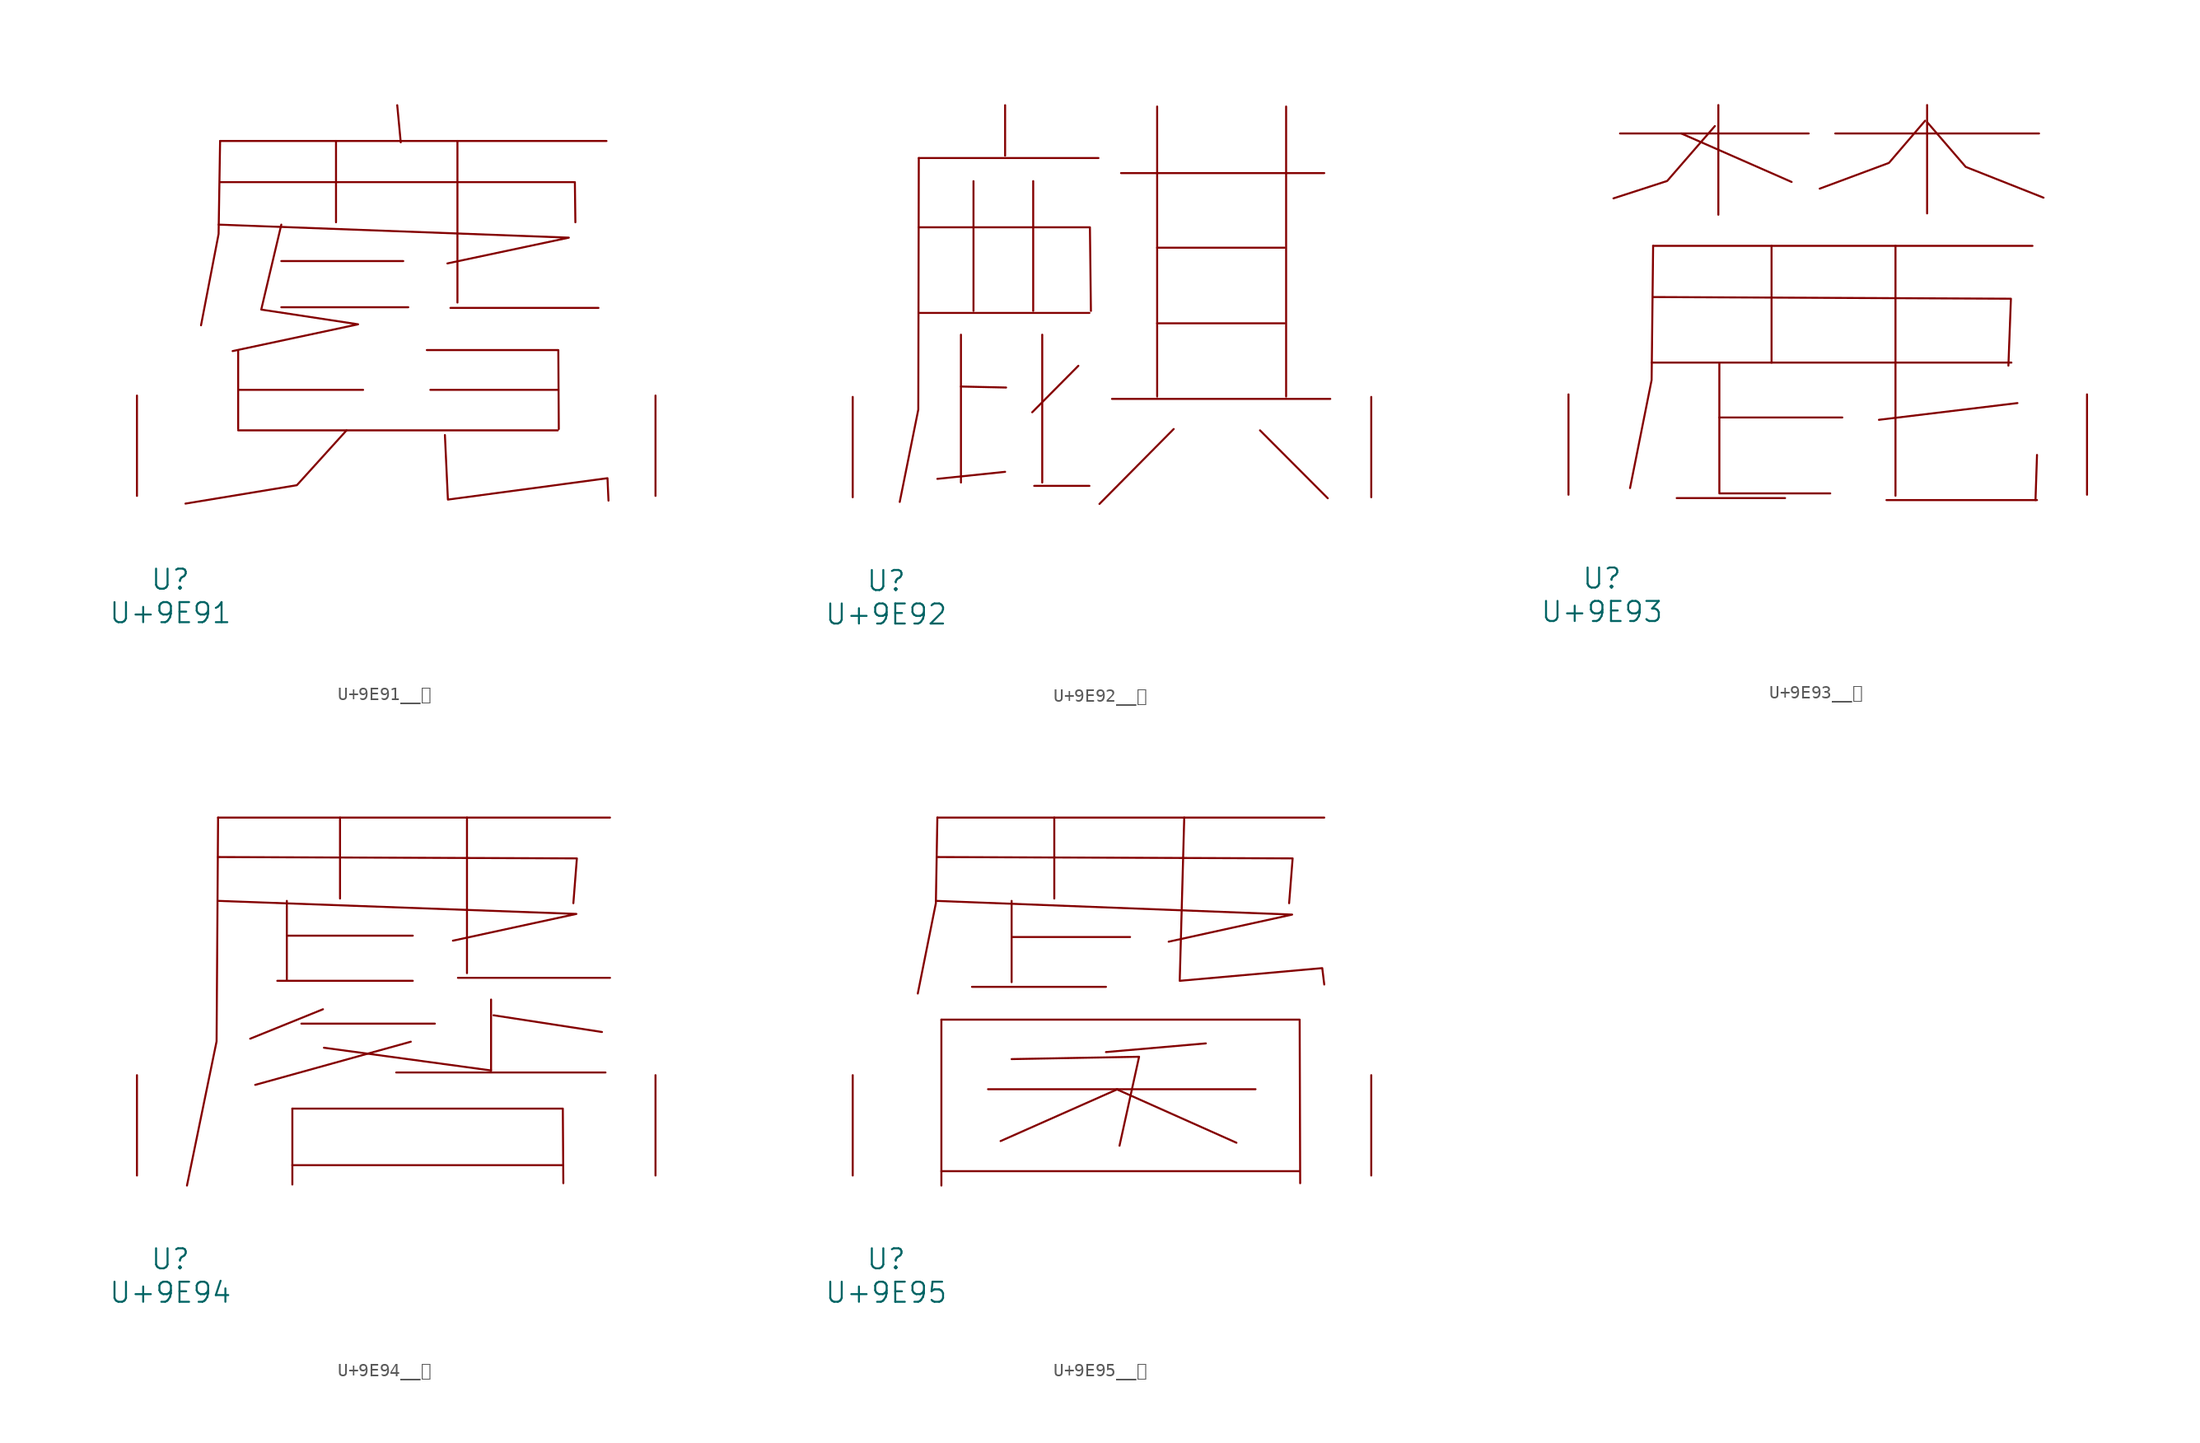
<source format=kicad_sym>
(kicad_symbol_lib
  (version 20231120)
  (generator "kicad_symbol_editor")
  (generator_version "8.0")
  (symbol "U+9E91__麑"
    (pin_names
      (offset 1.016))
    (property "Reference" "U"
      (at 0 -6.35 0)
      (effects (font (size 1.524 1.524))))
    (property "Value" "U+9E91"
      (at 0 -8.89 0)
      (effects (font (size 1.524 1.524))))
    (symbol "U+9E91__麑_0_1"
      (polyline (pts (xy 3.772 26.949) (xy 33.109 26.949)) (stroke (width 0) (type solid)) (fill (type none)))
      (polyline (pts (xy 5.144 4.978) (xy 29.413 4.978)) (stroke (width 0) (type solid)) (fill (type none)))
      (polyline (pts (xy 5.144 8.052) (xy 14.63 8.052)) (stroke (width 0) (type solid)) (fill (type none)))
      (polyline (pts (xy 5.144 10.998) (xy 5.144 5.08)) (stroke (width 0) (type solid)) (fill (type none)))
      (polyline (pts (xy 8.42 14.326) (xy 18.059 14.326)) (stroke (width 0) (type solid)) (fill (type none)))
      (polyline (pts (xy 8.42 17.831) (xy 17.678 17.831)) (stroke (width 0) (type solid)) (fill (type none)))
      (polyline (pts (xy 12.573 26.949) (xy 12.573 20.777)) (stroke (width 0) (type solid)) (fill (type none)))
      (polyline (pts (xy 17.221 29.667) (xy 17.488 26.848)) (stroke (width 0) (type solid)) (fill (type none)))
      (polyline (pts (xy 19.736 8.052) (xy 29.413 8.052)) (stroke (width 0) (type solid)) (fill (type none)))
      (polyline (pts (xy 21.26 14.275) (xy 32.499 14.275)) (stroke (width 0) (type solid)) (fill (type none)))
      (polyline (pts (xy 21.793 26.949) (xy 21.793 14.681)) (stroke (width 0) (type solid)) (fill (type none)))
      (polyline (pts (xy 3.658 20.599) (xy 30.251 19.609) (xy 21.031 17.653)) (stroke (width 0) (type solid)) (fill (type none)))
      (polyline (pts (xy 3.772 23.825) (xy 30.709 23.825) (xy 30.747 20.777)) (stroke (width 0) (type solid)) (fill (type none)))
      (polyline (pts (xy 3.772 26.949) (xy 3.658 19.888) (xy 2.324 12.954)) (stroke (width 0) (type solid)) (fill (type none)))
      (polyline (pts (xy 13.373 4.978) (xy 9.601 0.813) (xy 1.143 -0.584)) (stroke (width 0) (type solid)) (fill (type none)))
      (polyline (pts (xy 19.469 11.074) (xy 29.451 11.074) (xy 29.489 5.08)) (stroke (width 0) (type solid)) (fill (type none)))
      (polyline (pts (xy 8.42 20.599) (xy 6.896 14.148) (xy 14.249 13.03) (xy 4.724 10.998)) (stroke (width 0) (type solid)) (fill (type none)))
      (polyline (pts (xy 20.841 4.623) (xy 21.069 -0.279) (xy 33.185 1.346) (xy 33.261 -0.356)) (stroke (width 0) (type solid)) (fill (type none)))
      (pin input line (at -2.54 0 90) (length 7.62) (name "~" (effects (font (size 1.27 1.27)))) (number "~" (effects (font (size 1.27 1.27)))))
      (pin input line (at 36.83 0 90) (length 7.62) (name "~" (effects (font (size 1.27 1.27)))) (number "~" (effects (font (size 1.27 1.27)))))))
  (symbol "U+9E92__麒"
    (pin_names
      (offset 1.016))
    (property "Reference" "U"
      (at 0 -6.35 0)
      (effects (font (size 1.524 1.524))))
    (property "Value" "U+9E92"
      (at 0 -8.89 0)
      (effects (font (size 1.524 1.524))))
    (symbol "U+9E92__麒_0_1"
      (polyline (pts (xy 2.477 13.995) (xy 15.431 13.995)) (stroke (width 0) (type solid)) (fill (type none)))
      (polyline (pts (xy 2.477 25.756) (xy 16.116 25.756)) (stroke (width 0) (type solid)) (fill (type none)))
      (polyline (pts (xy 5.677 8.407) (xy 9.106 8.331)) (stroke (width 0) (type solid)) (fill (type none)))
      (polyline (pts (xy 5.677 12.344) (xy 5.677 1.118)) (stroke (width 0) (type solid)) (fill (type none)))
      (polyline (pts (xy 6.629 24.003) (xy 6.629 14.148)) (stroke (width 0) (type solid)) (fill (type none)))
      (polyline (pts (xy 9.03 1.93) (xy 3.886 1.397)) (stroke (width 0) (type solid)) (fill (type none)))
      (polyline (pts (xy 9.03 29.769) (xy 9.03 25.933)) (stroke (width 0) (type solid)) (fill (type none)))
      (polyline (pts (xy 11.163 24.003) (xy 11.163 14.148)) (stroke (width 0) (type solid)) (fill (type none)))
      (polyline (pts (xy 11.239 0.864) (xy 15.431 0.864)) (stroke (width 0) (type solid)) (fill (type none)))
      (polyline (pts (xy 11.849 12.344) (xy 11.849 1.118)) (stroke (width 0) (type solid)) (fill (type none)))
      (polyline (pts (xy 14.592 9.982) (xy 11.087 6.452)) (stroke (width 0) (type solid)) (fill (type none)))
      (polyline (pts (xy 17.145 7.468) (xy 33.718 7.468)) (stroke (width 0) (type solid)) (fill (type none)))
      (polyline (pts (xy 17.831 24.613) (xy 33.261 24.613)) (stroke (width 0) (type solid)) (fill (type none)))
      (polyline (pts (xy 20.574 13.208) (xy 30.251 13.208)) (stroke (width 0) (type solid)) (fill (type none)))
      (polyline (pts (xy 20.574 18.948) (xy 30.251 18.948)) (stroke (width 0) (type solid)) (fill (type none)))
      (polyline (pts (xy 20.574 29.667) (xy 20.574 7.645)) (stroke (width 0) (type solid)) (fill (type none)))
      (polyline (pts (xy 21.831 5.182) (xy 16.192 -0.508)) (stroke (width 0) (type solid)) (fill (type none)))
      (polyline (pts (xy 28.384 5.08) (xy 33.528 -0.076)) (stroke (width 0) (type solid)) (fill (type none)))
      (polyline (pts (xy 30.366 29.667) (xy 30.366 7.645)) (stroke (width 0) (type solid)) (fill (type none)))
      (polyline (pts (xy 2.477 20.498) (xy 15.469 20.498) (xy 15.545 14.148)) (stroke (width 0) (type solid)) (fill (type none)))
      (polyline (pts (xy 2.477 25.756) (xy 2.438 6.655) (xy 1.029 -0.356)) (stroke (width 0) (type solid)) (fill (type none)))
      (pin input line (at -2.54 0 90) (length 7.62) (name "~" (effects (font (size 1.27 1.27)))) (number "~" (effects (font (size 1.27 1.27)))))
      (pin input line (at 36.83 0 90) (length 7.62) (name "~" (effects (font (size 1.27 1.27)))) (number "~" (effects (font (size 1.27 1.27)))))))
  (symbol "U+9E93__麓"
    (pin_names
      (offset 1.016))
    (property "Reference" "U"
      (at 0 -6.35 0)
      (effects (font (size 1.524 1.524))))
    (property "Value" "U+9E93"
      (at 0 -8.89 0)
      (effects (font (size 1.524 1.524))))
    (symbol "U+9E93__麓_0_1"
      (polyline (pts (xy 1.372 27.432) (xy 15.697 27.432)) (stroke (width 0) (type solid)) (fill (type none)))
      (polyline (pts (xy 3.772 10.033) (xy 31.09 10.033)) (stroke (width 0) (type solid)) (fill (type none)))
      (polyline (pts (xy 3.886 18.898) (xy 32.69 18.898)) (stroke (width 0) (type solid)) (fill (type none)))
      (polyline (pts (xy 5.677 -0.254) (xy 13.906 -0.254)) (stroke (width 0) (type solid)) (fill (type none)))
      (polyline (pts (xy 6.02 27.432) (xy 14.402 23.749)) (stroke (width 0) (type solid)) (fill (type none)))
      (polyline (pts (xy 8.839 29.591) (xy 8.839 21.26)) (stroke (width 0) (type solid)) (fill (type none)))
      (polyline (pts (xy 8.915 0.102) (xy 17.335 0.102)) (stroke (width 0) (type solid)) (fill (type none)))
      (polyline (pts (xy 8.915 5.867) (xy 18.25 5.867)) (stroke (width 0) (type solid)) (fill (type none)))
      (polyline (pts (xy 8.915 10.033) (xy 8.915 0.178)) (stroke (width 0) (type solid)) (fill (type none)))
      (polyline (pts (xy 12.878 18.898) (xy 12.878 10.033)) (stroke (width 0) (type solid)) (fill (type none)))
      (polyline (pts (xy 17.716 27.432) (xy 33.185 27.432)) (stroke (width 0) (type solid)) (fill (type none)))
      (polyline (pts (xy 21.603 -0.406) (xy 33.033 -0.406)) (stroke (width 0) (type solid)) (fill (type none)))
      (polyline (pts (xy 22.288 18.898) (xy 22.288 -0.076)) (stroke (width 0) (type solid)) (fill (type none)))
      (polyline (pts (xy 24.689 29.591) (xy 24.689 21.361)) (stroke (width 0) (type solid)) (fill (type none)))
      (polyline (pts (xy 31.547 6.96) (xy 21.031 5.69)) (stroke (width 0) (type solid)) (fill (type none)))
      (polyline (pts (xy 33.033 3.023) (xy 32.918 -0.406)) (stroke (width 0) (type solid)) (fill (type none)))
      (polyline (pts (xy 3.886 15.011) (xy 31.052 14.884) (xy 30.861 9.804)) (stroke (width 0) (type solid)) (fill (type none)))
      (polyline (pts (xy 3.886 18.898) (xy 3.772 8.712) (xy 2.134 0.508)) (stroke (width 0) (type solid)) (fill (type none)))
      (polyline (pts (xy 8.572 27.991) (xy 4.953 23.825) (xy 0.876 22.504)) (stroke (width 0) (type solid)) (fill (type none)))
      (polyline (pts (xy 24.536 28.397) (xy 21.793 25.197) (xy 16.535 23.241)) (stroke (width 0) (type solid)) (fill (type none)))
      (polyline (pts (xy 24.689 28.296) (xy 27.622 24.892) (xy 33.528 22.555)) (stroke (width 0) (type solid)) (fill (type none)))
      (pin input line (at -2.54 0 90) (length 7.62) (name "~" (effects (font (size 1.27 1.27)))) (number "~" (effects (font (size 1.27 1.27)))))
      (pin input line (at 36.83 0 90) (length 7.62) (name "~" (effects (font (size 1.27 1.27)))) (number "~" (effects (font (size 1.27 1.27)))))))
  (symbol "U+9E94__麔"
    (pin_names
      (offset 1.016))
    (property "Reference" "U"
      (at 0 -6.35 0)
      (effects (font (size 1.524 1.524))))
    (property "Value" "U+9E94"
      (at 0 -8.89 0)
      (effects (font (size 1.524 1.524))))
    (symbol "U+9E94__麔_0_1"
      (polyline (pts (xy 3.619 27.178) (xy 33.376 27.178)) (stroke (width 0) (type solid)) (fill (type none)))
      (polyline (pts (xy 8.115 14.783) (xy 18.402 14.783)) (stroke (width 0) (type solid)) (fill (type none)))
      (polyline (pts (xy 8.839 18.212) (xy 18.402 18.212)) (stroke (width 0) (type solid)) (fill (type none)))
      (polyline (pts (xy 8.839 20.853) (xy 8.839 14.783)) (stroke (width 0) (type solid)) (fill (type none)))
      (polyline (pts (xy 9.258 0.787) (xy 29.756 0.787)) (stroke (width 0) (type solid)) (fill (type none)))
      (polyline (pts (xy 9.258 5.08) (xy 9.258 -0.686)) (stroke (width 0) (type solid)) (fill (type none)))
      (polyline (pts (xy 9.944 11.532) (xy 20.079 11.532)) (stroke (width 0) (type solid)) (fill (type none)))
      (polyline (pts (xy 11.582 12.624) (xy 6.058 10.389)) (stroke (width 0) (type solid)) (fill (type none)))
      (polyline (pts (xy 11.659 9.703) (xy 24.346 7.976)) (stroke (width 0) (type solid)) (fill (type none)))
      (polyline (pts (xy 12.878 27.178) (xy 12.878 21.031)) (stroke (width 0) (type solid)) (fill (type none)))
      (polyline (pts (xy 17.145 7.823) (xy 33.033 7.823)) (stroke (width 0) (type solid)) (fill (type none)))
      (polyline (pts (xy 18.25 10.16) (xy 6.439 6.883)) (stroke (width 0) (type solid)) (fill (type none)))
      (polyline (pts (xy 21.831 15.011) (xy 33.376 15.011)) (stroke (width 0) (type solid)) (fill (type none)))
      (polyline (pts (xy 22.517 27.178) (xy 22.517 15.367)) (stroke (width 0) (type solid)) (fill (type none)))
      (polyline (pts (xy 24.346 13.36) (xy 24.346 7.976)) (stroke (width 0) (type solid)) (fill (type none)))
      (polyline (pts (xy 24.536 12.167) (xy 32.766 10.897)) (stroke (width 0) (type solid)) (fill (type none)))
      (polyline (pts (xy 3.619 20.853) (xy 30.823 19.863) (xy 21.45 17.831)) (stroke (width 0) (type solid)) (fill (type none)))
      (polyline (pts (xy 3.619 24.181) (xy 30.861 24.079) (xy 30.594 20.676)) (stroke (width 0) (type solid)) (fill (type none)))
      (polyline (pts (xy 3.619 27.178) (xy 3.505 10.185) (xy 1.257 -0.762)) (stroke (width 0) (type solid)) (fill (type none)))
      (polyline (pts (xy 9.258 5.08) (xy 29.794 5.08) (xy 29.832 -0.584)) (stroke (width 0) (type solid)) (fill (type none)))
      (pin input line (at -2.54 0 90) (length 7.62) (name "~" (effects (font (size 1.27 1.27)))) (number "~" (effects (font (size 1.27 1.27)))))
      (pin input line (at 36.83 0 90) (length 7.62) (name "~" (effects (font (size 1.27 1.27)))) (number "~" (effects (font (size 1.27 1.27)))))))
  (symbol "U+9E95__麕"
    (pin_names
      (offset 1.016))
    (property "Reference" "U"
      (at 0 -6.35 0)
      (effects (font (size 1.524 1.524))))
    (property "Value" "U+9E95"
      (at 0 -8.89 0)
      (effects (font (size 1.524 1.524))))
    (symbol "U+9E95__麕_0_1"
      (polyline (pts (xy 3.886 27.178) (xy 33.261 27.178)) (stroke (width 0) (type solid)) (fill (type none)))
      (polyline (pts (xy 4.191 0.33) (xy 31.394 0.33)) (stroke (width 0) (type solid)) (fill (type none)))
      (polyline (pts (xy 4.191 11.836) (xy 4.191 -0.762)) (stroke (width 0) (type solid)) (fill (type none)))
      (polyline (pts (xy 6.515 14.326) (xy 16.688 14.326)) (stroke (width 0) (type solid)) (fill (type none)))
      (polyline (pts (xy 7.734 6.553) (xy 28.042 6.553)) (stroke (width 0) (type solid)) (fill (type none)))
      (polyline (pts (xy 9.525 18.11) (xy 18.517 18.11)) (stroke (width 0) (type solid)) (fill (type none)))
      (polyline (pts (xy 9.525 20.853) (xy 9.525 14.681)) (stroke (width 0) (type solid)) (fill (type none)))
      (polyline (pts (xy 12.764 27.178) (xy 12.764 21.031)) (stroke (width 0) (type solid)) (fill (type none)))
      (polyline (pts (xy 17.488 6.553) (xy 26.594 2.489)) (stroke (width 0) (type solid)) (fill (type none)))
      (polyline (pts (xy 17.564 6.553) (xy 8.687 2.616)) (stroke (width 0) (type solid)) (fill (type none)))
      (polyline (pts (xy 24.27 10.033) (xy 16.688 9.373)) (stroke (width 0) (type solid)) (fill (type none)))
      (polyline (pts (xy 3.772 20.853) (xy 30.823 19.812) (xy 21.45 17.755)) (stroke (width 0) (type solid)) (fill (type none)))
      (polyline (pts (xy 3.886 24.181) (xy 30.861 24.079) (xy 30.594 20.676)) (stroke (width 0) (type solid)) (fill (type none)))
      (polyline (pts (xy 3.886 27.178) (xy 3.772 20.676) (xy 2.4 13.818)) (stroke (width 0) (type solid)) (fill (type none)))
      (polyline (pts (xy 4.191 11.836) (xy 31.394 11.836) (xy 31.433 -0.584)) (stroke (width 0) (type solid)) (fill (type none)))
      (polyline (pts (xy 9.525 8.839) (xy 19.202 9.017) (xy 17.716 2.261)) (stroke (width 0) (type solid)) (fill (type none)))
      (polyline (pts (xy 22.631 27.178) (xy 22.288 14.783) (xy 33.109 15.748) (xy 33.261 14.503)) (stroke (width 0) (type solid)) (fill (type none)))
      (pin input line (at -2.54 0 90) (length 7.62) (name "~" (effects (font (size 1.27 1.27)))) (number "~" (effects (font (size 1.27 1.27)))))
      (pin input line (at 36.83 0 90) (length 7.62) (name "~" (effects (font (size 1.27 1.27)))) (number "~" (effects (font (size 1.27 1.27))))))))
</source>
